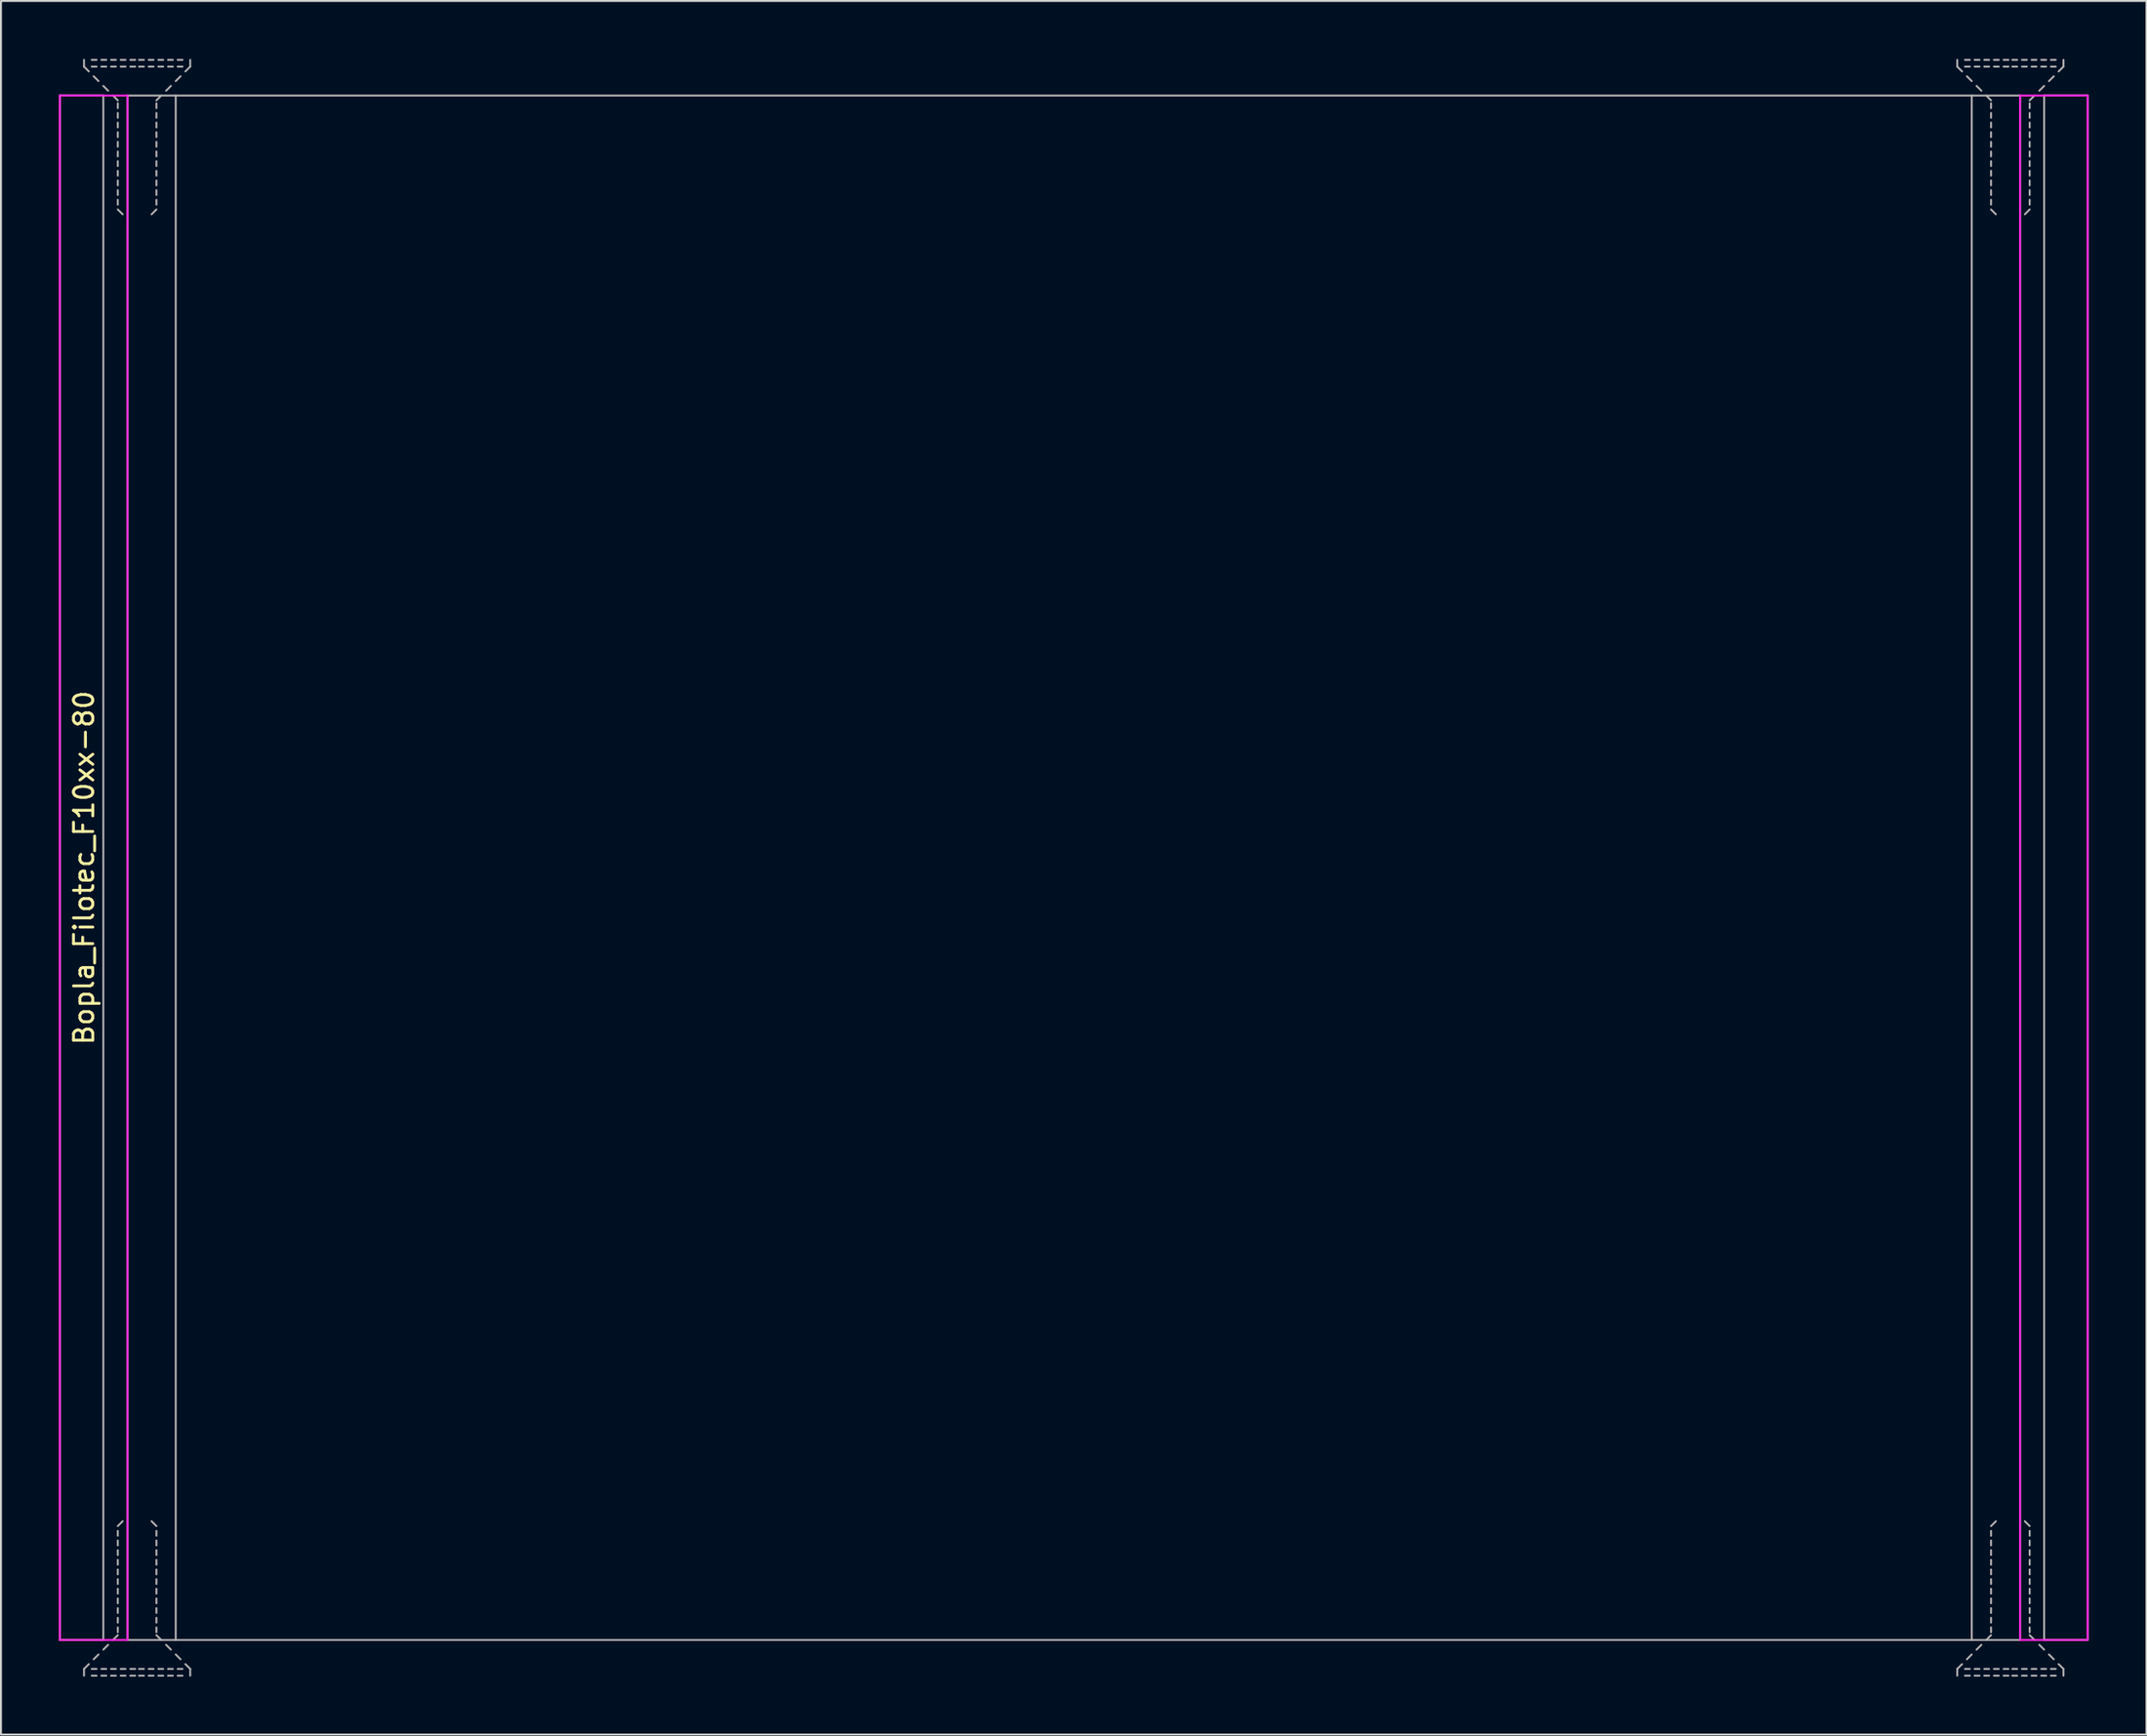
<source format=kicad_pcb>
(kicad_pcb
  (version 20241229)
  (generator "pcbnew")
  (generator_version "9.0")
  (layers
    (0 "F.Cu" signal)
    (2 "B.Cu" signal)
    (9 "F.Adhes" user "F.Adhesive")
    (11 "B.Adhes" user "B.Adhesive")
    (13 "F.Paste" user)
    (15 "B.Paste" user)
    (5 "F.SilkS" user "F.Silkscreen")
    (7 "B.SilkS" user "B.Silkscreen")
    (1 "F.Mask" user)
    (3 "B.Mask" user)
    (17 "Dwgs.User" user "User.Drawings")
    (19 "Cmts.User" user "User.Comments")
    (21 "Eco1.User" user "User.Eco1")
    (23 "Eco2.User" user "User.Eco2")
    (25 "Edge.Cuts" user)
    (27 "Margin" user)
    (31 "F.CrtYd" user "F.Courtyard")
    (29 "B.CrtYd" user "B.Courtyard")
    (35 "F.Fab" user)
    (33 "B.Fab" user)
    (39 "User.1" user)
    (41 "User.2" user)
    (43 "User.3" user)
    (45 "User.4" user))
  (footprint "Bopla_Filotec_F10xx-80"
    (layer "F.Cu")
    (at 52.55 41.9)
    (property "Reference" "Bopla_Filotec_F10xx-80" (at -51.25 0 90) (layer "F.SilkS") (effects (font (size 1 1) (thickness 0.15))))
    (attr exclude_from_pos_files exclude_from_bom)
    (fp_line (start -52.5 -40) (end -52.5 40) (stroke (width 0.1) (type solid)) (layer "F.CrtYd"))
    (fp_line (start -52.5 40) (end -49 40) (stroke (width 0.1) (type solid)) (layer "F.CrtYd"))
    (fp_line (start -49 -40) (end -52.5 -40) (stroke (width 0.1) (type solid)) (layer "F.CrtYd"))
    (fp_line (start -49 40) (end -49 -40) (stroke (width 0.1) (type solid)) (layer "F.CrtYd"))
    (fp_line (start 49 -40) (end 52.5 -40) (stroke (width 0.1) (type solid)) (layer "F.CrtYd"))
    (fp_line (start 49 40) (end 49 -40) (stroke (width 0.1) (type solid)) (layer "F.CrtYd"))
    (fp_line (start 52.5 -40) (end 52.5 40) (stroke (width 0.1) (type solid)) (layer "F.CrtYd"))
    (fp_line (start 52.5 40) (end 49 40) (stroke (width 0.1) (type solid)) (layer "F.CrtYd"))
    (fp_line (start -52.5 -40) (end -52.5 40) (stroke (width 0.1) (type solid)) (layer "F.Fab"))
    (fp_line (start -52.5 -40) (end -50.25 -40) (stroke (width 0.1) (type solid)) (layer "F.Fab"))
    (fp_line (start -52.5 40) (end -50.25 40) (stroke (width 0.1) (type solid)) (layer "F.Fab"))
    (fp_line (start -51.25 -41.5) (end -51.25 -41.85) (stroke (width 0.1) (type solid)) (layer "F.Fab"))
    (fp_line (start -51.25 -41.5) (end -51 -41.25) (stroke (width 0.1) (type solid)) (layer "F.Fab"))
    (fp_line (start -51.25 41.5) (end -51.25 41.85) (stroke (width 0.1) (type solid)) (layer "F.Fab"))
    (fp_line (start -51.25 41.5) (end -51 41.25) (stroke (width 0.1) (type solid)) (layer "F.Fab"))
    (fp_line (start -50.75 -41) (end -50.5 -40.75) (stroke (width 0.1) (type solid)) (layer "F.Fab"))
    (fp_line (start -50.75 41) (end -50.5 40.75) (stroke (width 0.1) (type solid)) (layer "F.Fab"))
    (fp_line (start -50.6 -41.85) (end -50.85 -41.85) (stroke (width 0.1) (type solid)) (layer "F.Fab"))
    (fp_line (start -50.6 -41.5) (end -50.85 -41.5) (stroke (width 0.1) (type solid)) (layer "F.Fab"))
    (fp_line (start -50.6 41.5) (end -50.85 41.5) (stroke (width 0.1) (type solid)) (layer "F.Fab"))
    (fp_line (start -50.6 41.85) (end -50.85 41.85) (stroke (width 0.1) (type solid)) (layer "F.Fab"))
    (fp_line (start -50.25 -40.5) (end -50 -40.25) (stroke (width 0.1) (type solid)) (layer "F.Fab"))
    (fp_line (start -50.25 -40) (end -50.25 40) (stroke (width 0.1) (type solid)) (layer "F.Fab"))
    (fp_line (start -50.25 40.5) (end -50 40.25) (stroke (width 0.1) (type solid)) (layer "F.Fab"))
    (fp_line (start -50.1 -41.85) (end -50.35 -41.85) (stroke (width 0.1) (type solid)) (layer "F.Fab"))
    (fp_line (start -50.1 -41.5) (end -50.35 -41.5) (stroke (width 0.1) (type solid)) (layer "F.Fab"))
    (fp_line (start -50.1 41.5) (end -50.35 41.5) (stroke (width 0.1) (type solid)) (layer "F.Fab"))
    (fp_line (start -50.1 41.85) (end -50.35 41.85) (stroke (width 0.1) (type solid)) (layer "F.Fab"))
    (fp_line (start -49.75 -40) (end -49.5 -39.75) (stroke (width 0.1) (type solid)) (layer "F.Fab"))
    (fp_line (start -49.75 40) (end -49.5 39.75) (stroke (width 0.1) (type solid)) (layer "F.Fab"))
    (fp_line (start -49.6 -41.85) (end -49.85 -41.85) (stroke (width 0.1) (type solid)) (layer "F.Fab"))
    (fp_line (start -49.6 -41.5) (end -49.85 -41.5) (stroke (width 0.1) (type solid)) (layer "F.Fab"))
    (fp_line (start -49.6 41.5) (end -49.85 41.5) (stroke (width 0.1) (type solid)) (layer "F.Fab"))
    (fp_line (start -49.6 41.85) (end -49.85 41.85) (stroke (width 0.1) (type solid)) (layer "F.Fab"))
    (fp_line (start -49.5 -39.6) (end -49.5 -39.35) (stroke (width 0.1) (type solid)) (layer "F.Fab"))
    (fp_line (start -49.5 -39.1) (end -49.5 -38.85) (stroke (width 0.1) (type solid)) (layer "F.Fab"))
    (fp_line (start -49.5 -38.6) (end -49.5 -38.35) (stroke (width 0.1) (type solid)) (layer "F.Fab"))
    (fp_line (start -49.5 -38.1) (end -49.5 -37.85) (stroke (width 0.1) (type solid)) (layer "F.Fab"))
    (fp_line (start -49.5 -37.6) (end -49.5 -37.35) (stroke (width 0.1) (type solid)) (layer "F.Fab"))
    (fp_line (start -49.5 -37.1) (end -49.5 -36.85) (stroke (width 0.1) (type solid)) (layer "F.Fab"))
    (fp_line (start -49.5 -36.6) (end -49.5 -36.35) (stroke (width 0.1) (type solid)) (layer "F.Fab"))
    (fp_line (start -49.5 -36.1) (end -49.5 -35.85) (stroke (width 0.1) (type solid)) (layer "F.Fab"))
    (fp_line (start -49.5 -35.6) (end -49.5 -35.35) (stroke (width 0.1) (type solid)) (layer "F.Fab"))
    (fp_line (start -49.5 -35.1) (end -49.5 -34.85) (stroke (width 0.1) (type solid)) (layer "F.Fab"))
    (fp_line (start -49.5 -34.6) (end -49.5 -34.35) (stroke (width 0.1) (type solid)) (layer "F.Fab"))
    (fp_line (start -49.5 -34.1) (end -49.25 -33.85) (stroke (width 0.1) (type solid)) (layer "F.Fab"))
    (fp_line (start -49.5 34.1) (end -49.25 33.85) (stroke (width 0.1) (type solid)) (layer "F.Fab"))
    (fp_line (start -49.5 34.6) (end -49.5 34.35) (stroke (width 0.1) (type solid)) (layer "F.Fab"))
    (fp_line (start -49.5 35.1) (end -49.5 34.85) (stroke (width 0.1) (type solid)) (layer "F.Fab"))
    (fp_line (start -49.5 35.6) (end -49.5 35.35) (stroke (width 0.1) (type solid)) (layer "F.Fab"))
    (fp_line (start -49.5 36.1) (end -49.5 35.85) (stroke (width 0.1) (type solid)) (layer "F.Fab"))
    (fp_line (start -49.5 36.6) (end -49.5 36.35) (stroke (width 0.1) (type solid)) (layer "F.Fab"))
    (fp_line (start -49.5 37.1) (end -49.5 36.85) (stroke (width 0.1) (type solid)) (layer "F.Fab"))
    (fp_line (start -49.5 37.6) (end -49.5 37.35) (stroke (width 0.1) (type solid)) (layer "F.Fab"))
    (fp_line (start -49.5 38.1) (end -49.5 37.85) (stroke (width 0.1) (type solid)) (layer "F.Fab"))
    (fp_line (start -49.5 38.6) (end -49.5 38.35) (stroke (width 0.1) (type solid)) (layer "F.Fab"))
    (fp_line (start -49.5 39.1) (end -49.5 38.85) (stroke (width 0.1) (type solid)) (layer "F.Fab"))
    (fp_line (start -49.5 39.6) (end -49.5 39.35) (stroke (width 0.1) (type solid)) (layer "F.Fab"))
    (fp_line (start -49.1 -41.85) (end -49.35 -41.85) (stroke (width 0.1) (type solid)) (layer "F.Fab"))
    (fp_line (start -49.1 -41.5) (end -49.35 -41.5) (stroke (width 0.1) (type solid)) (layer "F.Fab"))
    (fp_line (start -49.1 41.5) (end -49.35 41.5) (stroke (width 0.1) (type solid)) (layer "F.Fab"))
    (fp_line (start -49.1 41.85) (end -49.35 41.85) (stroke (width 0.1) (type solid)) (layer "F.Fab"))
    (fp_line (start -49 -40) (end -46.5 -40) (stroke (width 0.1) (type solid)) (layer "F.Fab"))
    (fp_line (start -49 40) (end -49 -40) (stroke (width 0.1) (type solid)) (layer "F.Fab"))
    (fp_line (start -49 40) (end -46.5 40) (stroke (width 0.1) (type solid)) (layer "F.Fab"))
    (fp_line (start -48.6 -41.85) (end -48.85 -41.85) (stroke (width 0.1) (type solid)) (layer "F.Fab"))
    (fp_line (start -48.6 -41.5) (end -48.85 -41.5) (stroke (width 0.1) (type solid)) (layer "F.Fab"))
    (fp_line (start -48.6 41.5) (end -48.85 41.5) (stroke (width 0.1) (type solid)) (layer "F.Fab"))
    (fp_line (start -48.6 41.85) (end -48.85 41.85) (stroke (width 0.1) (type solid)) (layer "F.Fab"))
    (fp_line (start -48.15 -41.85) (end -48.4 -41.85) (stroke (width 0.1) (type solid)) (layer "F.Fab"))
    (fp_line (start -48.15 -41.5) (end -48.4 -41.5) (stroke (width 0.1) (type solid)) (layer "F.Fab"))
    (fp_line (start -48.15 41.5) (end -48.4 41.5) (stroke (width 0.1) (type solid)) (layer "F.Fab"))
    (fp_line (start -48.15 41.85) (end -48.4 41.85) (stroke (width 0.1) (type solid)) (layer "F.Fab"))
    (fp_line (start -47.65 -41.85) (end -47.9 -41.85) (stroke (width 0.1) (type solid)) (layer "F.Fab"))
    (fp_line (start -47.65 -41.5) (end -47.9 -41.5) (stroke (width 0.1) (type solid)) (layer "F.Fab"))
    (fp_line (start -47.65 41.5) (end -47.9 41.5) (stroke (width 0.1) (type solid)) (layer "F.Fab"))
    (fp_line (start -47.65 41.85) (end -47.9 41.85) (stroke (width 0.1) (type solid)) (layer "F.Fab"))
    (fp_line (start -47.5 -39.6) (end -47.5 -39.35) (stroke (width 0.1) (type solid)) (layer "F.Fab"))
    (fp_line (start -47.5 -39.1) (end -47.5 -38.85) (stroke (width 0.1) (type solid)) (layer "F.Fab"))
    (fp_line (start -47.5 -38.6) (end -47.5 -38.35) (stroke (width 0.1) (type solid)) (layer "F.Fab"))
    (fp_line (start -47.5 -38.1) (end -47.5 -37.85) (stroke (width 0.1) (type solid)) (layer "F.Fab"))
    (fp_line (start -47.5 -37.6) (end -47.5 -37.35) (stroke (width 0.1) (type solid)) (layer "F.Fab"))
    (fp_line (start -47.5 -37.1) (end -47.5 -36.85) (stroke (width 0.1) (type solid)) (layer "F.Fab"))
    (fp_line (start -47.5 -36.6) (end -47.5 -36.35) (stroke (width 0.1) (type solid)) (layer "F.Fab"))
    (fp_line (start -47.5 -36.1) (end -47.5 -35.85) (stroke (width 0.1) (type solid)) (layer "F.Fab"))
    (fp_line (start -47.5 -35.6) (end -47.5 -35.35) (stroke (width 0.1) (type solid)) (layer "F.Fab"))
    (fp_line (start -47.5 -35.1) (end -47.5 -34.85) (stroke (width 0.1) (type solid)) (layer "F.Fab"))
    (fp_line (start -47.5 -34.6) (end -47.5 -34.35) (stroke (width 0.1) (type solid)) (layer "F.Fab"))
    (fp_line (start -47.5 -34.1) (end -47.75 -33.85) (stroke (width 0.1) (type solid)) (layer "F.Fab"))
    (fp_line (start -47.5 34.1) (end -47.75 33.85) (stroke (width 0.1) (type solid)) (layer "F.Fab"))
    (fp_line (start -47.5 34.6) (end -47.5 34.35) (stroke (width 0.1) (type solid)) (layer "F.Fab"))
    (fp_line (start -47.5 35.1) (end -47.5 34.85) (stroke (width 0.1) (type solid)) (layer "F.Fab"))
    (fp_line (start -47.5 35.6) (end -47.5 35.35) (stroke (width 0.1) (type solid)) (layer "F.Fab"))
    (fp_line (start -47.5 36.1) (end -47.5 35.85) (stroke (width 0.1) (type solid)) (layer "F.Fab"))
    (fp_line (start -47.5 36.6) (end -47.5 36.35) (stroke (width 0.1) (type solid)) (layer "F.Fab"))
    (fp_line (start -47.5 37.1) (end -47.5 36.85) (stroke (width 0.1) (type solid)) (layer "F.Fab"))
    (fp_line (start -47.5 37.6) (end -47.5 37.35) (stroke (width 0.1) (type solid)) (layer "F.Fab"))
    (fp_line (start -47.5 38.1) (end -47.5 37.85) (stroke (width 0.1) (type solid)) (layer "F.Fab"))
    (fp_line (start -47.5 38.6) (end -47.5 38.35) (stroke (width 0.1) (type solid)) (layer "F.Fab"))
    (fp_line (start -47.5 39.1) (end -47.5 38.85) (stroke (width 0.1) (type solid)) (layer "F.Fab"))
    (fp_line (start -47.5 39.6) (end -47.5 39.35) (stroke (width 0.1) (type solid)) (layer "F.Fab"))
    (fp_line (start -47.25 -40) (end -47.5 -39.75) (stroke (width 0.1) (type solid)) (layer "F.Fab"))
    (fp_line (start -47.25 40) (end -47.5 39.75) (stroke (width 0.1) (type solid)) (layer "F.Fab"))
    (fp_line (start -47.15 -41.85) (end -47.4 -41.85) (stroke (width 0.1) (type solid)) (layer "F.Fab"))
    (fp_line (start -47.15 -41.5) (end -47.4 -41.5) (stroke (width 0.1) (type solid)) (layer "F.Fab"))
    (fp_line (start -47.15 41.5) (end -47.4 41.5) (stroke (width 0.1) (type solid)) (layer "F.Fab"))
    (fp_line (start -47.15 41.85) (end -47.4 41.85) (stroke (width 0.1) (type solid)) (layer "F.Fab"))
    (fp_line (start -46.75 -40.5) (end -47 -40.25) (stroke (width 0.1) (type solid)) (layer "F.Fab"))
    (fp_line (start -46.75 40.5) (end -47 40.25) (stroke (width 0.1) (type solid)) (layer "F.Fab"))
    (fp_line (start -46.65 -41.85) (end -46.9 -41.85) (stroke (width 0.1) (type solid)) (layer "F.Fab"))
    (fp_line (start -46.65 -41.5) (end -46.9 -41.5) (stroke (width 0.1) (type solid)) (layer "F.Fab"))
    (fp_line (start -46.65 41.5) (end -46.9 41.5) (stroke (width 0.1) (type solid)) (layer "F.Fab"))
    (fp_line (start -46.65 41.85) (end -46.9 41.85) (stroke (width 0.1) (type solid)) (layer "F.Fab"))
    (fp_line (start -46.5 40) (end -46.5 -40) (stroke (width 0.1) (type solid)) (layer "F.Fab"))
    (fp_line (start -46.5 40) (end 46.5 40) (stroke (width 0.1) (type solid)) (layer "F.Fab"))
    (fp_line (start -46.25 -41) (end -46.5 -40.75) (stroke (width 0.1) (type solid)) (layer "F.Fab"))
    (fp_line (start -46.25 41) (end -46.5 40.75) (stroke (width 0.1) (type solid)) (layer "F.Fab"))
    (fp_line (start -46.15 -41.85) (end -46.4 -41.85) (stroke (width 0.1) (type solid)) (layer "F.Fab"))
    (fp_line (start -46.15 -41.5) (end -46.4 -41.5) (stroke (width 0.1) (type solid)) (layer "F.Fab"))
    (fp_line (start -46.15 41.5) (end -46.4 41.5) (stroke (width 0.1) (type solid)) (layer "F.Fab"))
    (fp_line (start -46.15 41.85) (end -46.4 41.85) (stroke (width 0.1) (type solid)) (layer "F.Fab"))
    (fp_line (start -45.75 -41.5) (end -46 -41.25) (stroke (width 0.1) (type solid)) (layer "F.Fab"))
    (fp_line (start -45.75 -41.5) (end -45.75 -41.85) (stroke (width 0.1) (type solid)) (layer "F.Fab"))
    (fp_line (start -45.75 41.5) (end -46 41.25) (stroke (width 0.1) (type solid)) (layer "F.Fab"))
    (fp_line (start -45.75 41.5) (end -45.75 41.85) (stroke (width 0.1) (type solid)) (layer "F.Fab"))
    (fp_line (start 45.75 -41.5) (end 45.75 -41.85) (stroke (width 0.1) (type solid)) (layer "F.Fab"))
    (fp_line (start 45.75 -41.5) (end 46 -41.25) (stroke (width 0.1) (type solid)) (layer "F.Fab"))
    (fp_line (start 45.75 41.5) (end 45.75 41.85) (stroke (width 0.1) (type solid)) (layer "F.Fab"))
    (fp_line (start 45.75 41.5) (end 46 41.25) (stroke (width 0.1) (type solid)) (layer "F.Fab"))
    (fp_line (start 46.25 -41) (end 46.5 -40.75) (stroke (width 0.1) (type solid)) (layer "F.Fab"))
    (fp_line (start 46.25 41) (end 46.5 40.75) (stroke (width 0.1) (type solid)) (layer "F.Fab"))
    (fp_line (start 46.4 -41.85) (end 46.15 -41.85) (stroke (width 0.1) (type solid)) (layer "F.Fab"))
    (fp_line (start 46.4 -41.5) (end 46.15 -41.5) (stroke (width 0.1) (type solid)) (layer "F.Fab"))
    (fp_line (start 46.4 41.5) (end 46.15 41.5) (stroke (width 0.1) (type solid)) (layer "F.Fab"))
    (fp_line (start 46.4 41.85) (end 46.15 41.85) (stroke (width 0.1) (type solid)) (layer "F.Fab"))
    (fp_line (start 46.5 -40) (end -46.5 -40) (stroke (width 0.1) (type solid)) (layer "F.Fab"))
    (fp_line (start 46.5 -40) (end 46.5 40) (stroke (width 0.1) (type solid)) (layer "F.Fab"))
    (fp_line (start 46.75 -40.5) (end 47 -40.25) (stroke (width 0.1) (type solid)) (layer "F.Fab"))
    (fp_line (start 46.75 40.5) (end 47 40.25) (stroke (width 0.1) (type solid)) (layer "F.Fab"))
    (fp_line (start 46.9 -41.85) (end 46.65 -41.85) (stroke (width 0.1) (type solid)) (layer "F.Fab"))
    (fp_line (start 46.9 -41.5) (end 46.65 -41.5) (stroke (width 0.1) (type solid)) (layer "F.Fab"))
    (fp_line (start 46.9 41.5) (end 46.65 41.5) (stroke (width 0.1) (type solid)) (layer "F.Fab"))
    (fp_line (start 46.9 41.85) (end 46.65 41.85) (stroke (width 0.1) (type solid)) (layer "F.Fab"))
    (fp_line (start 47.25 -40) (end 47.5 -39.75) (stroke (width 0.1) (type solid)) (layer "F.Fab"))
    (fp_line (start 47.25 40) (end 47.5 39.75) (stroke (width 0.1) (type solid)) (layer "F.Fab"))
    (fp_line (start 47.4 -41.85) (end 47.15 -41.85) (stroke (width 0.1) (type solid)) (layer "F.Fab"))
    (fp_line (start 47.4 -41.5) (end 47.15 -41.5) (stroke (width 0.1) (type solid)) (layer "F.Fab"))
    (fp_line (start 47.4 41.5) (end 47.15 41.5) (stroke (width 0.1) (type solid)) (layer "F.Fab"))
    (fp_line (start 47.4 41.85) (end 47.15 41.85) (stroke (width 0.1) (type solid)) (layer "F.Fab"))
    (fp_line (start 47.5 -39.6) (end 47.5 -39.35) (stroke (width 0.1) (type solid)) (layer "F.Fab"))
    (fp_line (start 47.5 -39.1) (end 47.5 -38.85) (stroke (width 0.1) (type solid)) (layer "F.Fab"))
    (fp_line (start 47.5 -38.6) (end 47.5 -38.35) (stroke (width 0.1) (type solid)) (layer "F.Fab"))
    (fp_line (start 47.5 -38.1) (end 47.5 -37.85) (stroke (width 0.1) (type solid)) (layer "F.Fab"))
    (fp_line (start 47.5 -37.6) (end 47.5 -37.35) (stroke (width 0.1) (type solid)) (layer "F.Fab"))
    (fp_line (start 47.5 -37.1) (end 47.5 -36.85) (stroke (width 0.1) (type solid)) (layer "F.Fab"))
    (fp_line (start 47.5 -36.6) (end 47.5 -36.35) (stroke (width 0.1) (type solid)) (layer "F.Fab"))
    (fp_line (start 47.5 -36.1) (end 47.5 -35.85) (stroke (width 0.1) (type solid)) (layer "F.Fab"))
    (fp_line (start 47.5 -35.6) (end 47.5 -35.35) (stroke (width 0.1) (type solid)) (layer "F.Fab"))
    (fp_line (start 47.5 -35.1) (end 47.5 -34.85) (stroke (width 0.1) (type solid)) (layer "F.Fab"))
    (fp_line (start 47.5 -34.6) (end 47.5 -34.35) (stroke (width 0.1) (type solid)) (layer "F.Fab"))
    (fp_line (start 47.5 -34.1) (end 47.75 -33.85) (stroke (width 0.1) (type solid)) (layer "F.Fab"))
    (fp_line (start 47.5 34.1) (end 47.75 33.85) (stroke (width 0.1) (type solid)) (layer "F.Fab"))
    (fp_line (start 47.5 34.6) (end 47.5 34.35) (stroke (width 0.1) (type solid)) (layer "F.Fab"))
    (fp_line (start 47.5 35.1) (end 47.5 34.85) (stroke (width 0.1) (type solid)) (layer "F.Fab"))
    (fp_line (start 47.5 35.6) (end 47.5 35.35) (stroke (width 0.1) (type solid)) (layer "F.Fab"))
    (fp_line (start 47.5 36.1) (end 47.5 35.85) (stroke (width 0.1) (type solid)) (layer "F.Fab"))
    (fp_line (start 47.5 36.6) (end 47.5 36.35) (stroke (width 0.1) (type solid)) (layer "F.Fab"))
    (fp_line (start 47.5 37.1) (end 47.5 36.85) (stroke (width 0.1) (type solid)) (layer "F.Fab"))
    (fp_line (start 47.5 37.6) (end 47.5 37.35) (stroke (width 0.1) (type solid)) (layer "F.Fab"))
    (fp_line (start 47.5 38.1) (end 47.5 37.85) (stroke (width 0.1) (type solid)) (layer "F.Fab"))
    (fp_line (start 47.5 38.6) (end 47.5 38.35) (stroke (width 0.1) (type solid)) (layer "F.Fab"))
    (fp_line (start 47.5 39.1) (end 47.5 38.85) (stroke (width 0.1) (type solid)) (layer "F.Fab"))
    (fp_line (start 47.5 39.6) (end 47.5 39.35) (stroke (width 0.1) (type solid)) (layer "F.Fab"))
    (fp_line (start 47.9 -41.85) (end 47.65 -41.85) (stroke (width 0.1) (type solid)) (layer "F.Fab"))
    (fp_line (start 47.9 -41.5) (end 47.65 -41.5) (stroke (width 0.1) (type solid)) (layer "F.Fab"))
    (fp_line (start 47.9 41.5) (end 47.65 41.5) (stroke (width 0.1) (type solid)) (layer "F.Fab"))
    (fp_line (start 47.9 41.85) (end 47.65 41.85) (stroke (width 0.1) (type solid)) (layer "F.Fab"))
    (fp_line (start 48.4 -41.85) (end 48.15 -41.85) (stroke (width 0.1) (type solid)) (layer "F.Fab"))
    (fp_line (start 48.4 -41.5) (end 48.15 -41.5) (stroke (width 0.1) (type solid)) (layer "F.Fab"))
    (fp_line (start 48.4 41.5) (end 48.15 41.5) (stroke (width 0.1) (type solid)) (layer "F.Fab"))
    (fp_line (start 48.4 41.85) (end 48.15 41.85) (stroke (width 0.1) (type solid)) (layer "F.Fab"))
    (fp_line (start 48.85 -41.85) (end 48.6 -41.85) (stroke (width 0.1) (type solid)) (layer "F.Fab"))
    (fp_line (start 48.85 -41.5) (end 48.6 -41.5) (stroke (width 0.1) (type solid)) (layer "F.Fab"))
    (fp_line (start 48.85 41.5) (end 48.6 41.5) (stroke (width 0.1) (type solid)) (layer "F.Fab"))
    (fp_line (start 48.85 41.85) (end 48.6 41.85) (stroke (width 0.1) (type solid)) (layer "F.Fab"))
    (fp_line (start 49 -40) (end 46.5 -40) (stroke (width 0.1) (type solid)) (layer "F.Fab"))
    (fp_line (start 49 -40) (end 49 40) (stroke (width 0.1) (type solid)) (layer "F.Fab"))
    (fp_line (start 49 40) (end 46.5 40) (stroke (width 0.1) (type solid)) (layer "F.Fab"))
    (fp_line (start 49.35 -41.85) (end 49.1 -41.85) (stroke (width 0.1) (type solid)) (layer "F.Fab"))
    (fp_line (start 49.35 -41.5) (end 49.1 -41.5) (stroke (width 0.1) (type solid)) (layer "F.Fab"))
    (fp_line (start 49.35 41.5) (end 49.1 41.5) (stroke (width 0.1) (type solid)) (layer "F.Fab"))
    (fp_line (start 49.35 41.85) (end 49.1 41.85) (stroke (width 0.1) (type solid)) (layer "F.Fab"))
    (fp_line (start 49.5 -39.6) (end 49.5 -39.35) (stroke (width 0.1) (type solid)) (layer "F.Fab"))
    (fp_line (start 49.5 -39.1) (end 49.5 -38.85) (stroke (width 0.1) (type solid)) (layer "F.Fab"))
    (fp_line (start 49.5 -38.6) (end 49.5 -38.35) (stroke (width 0.1) (type solid)) (layer "F.Fab"))
    (fp_line (start 49.5 -38.1) (end 49.5 -37.85) (stroke (width 0.1) (type solid)) (layer "F.Fab"))
    (fp_line (start 49.5 -37.6) (end 49.5 -37.35) (stroke (width 0.1) (type solid)) (layer "F.Fab"))
    (fp_line (start 49.5 -37.1) (end 49.5 -36.85) (stroke (width 0.1) (type solid)) (layer "F.Fab"))
    (fp_line (start 49.5 -36.6) (end 49.5 -36.35) (stroke (width 0.1) (type solid)) (layer "F.Fab"))
    (fp_line (start 49.5 -36.1) (end 49.5 -35.85) (stroke (width 0.1) (type solid)) (layer "F.Fab"))
    (fp_line (start 49.5 -35.6) (end 49.5 -35.35) (stroke (width 0.1) (type solid)) (layer "F.Fab"))
    (fp_line (start 49.5 -35.1) (end 49.5 -34.85) (stroke (width 0.1) (type solid)) (layer "F.Fab"))
    (fp_line (start 49.5 -34.6) (end 49.5 -34.35) (stroke (width 0.1) (type solid)) (layer "F.Fab"))
    (fp_line (start 49.5 -34.1) (end 49.25 -33.85) (stroke (width 0.1) (type solid)) (layer "F.Fab"))
    (fp_line (start 49.5 34.1) (end 49.25 33.85) (stroke (width 0.1) (type solid)) (layer "F.Fab"))
    (fp_line (start 49.5 34.6) (end 49.5 34.35) (stroke (width 0.1) (type solid)) (layer "F.Fab"))
    (fp_line (start 49.5 35.1) (end 49.5 34.85) (stroke (width 0.1) (type solid)) (layer "F.Fab"))
    (fp_line (start 49.5 35.6) (end 49.5 35.35) (stroke (width 0.1) (type solid)) (layer "F.Fab"))
    (fp_line (start 49.5 36.1) (end 49.5 35.85) (stroke (width 0.1) (type solid)) (layer "F.Fab"))
    (fp_line (start 49.5 36.6) (end 49.5 36.35) (stroke (width 0.1) (type solid)) (layer "F.Fab"))
    (fp_line (start 49.5 37.1) (end 49.5 36.85) (stroke (width 0.1) (type solid)) (layer "F.Fab"))
    (fp_line (start 49.5 37.6) (end 49.5 37.35) (stroke (width 0.1) (type solid)) (layer "F.Fab"))
    (fp_line (start 49.5 38.1) (end 49.5 37.85) (stroke (width 0.1) (type solid)) (layer "F.Fab"))
    (fp_line (start 49.5 38.6) (end 49.5 38.35) (stroke (width 0.1) (type solid)) (layer "F.Fab"))
    (fp_line (start 49.5 39.1) (end 49.5 38.85) (stroke (width 0.1) (type solid)) (layer "F.Fab"))
    (fp_line (start 49.5 39.6) (end 49.5 39.35) (stroke (width 0.1) (type solid)) (layer "F.Fab"))
    (fp_line (start 49.75 -40) (end 49.5 -39.75) (stroke (width 0.1) (type solid)) (layer "F.Fab"))
    (fp_line (start 49.75 40) (end 49.5 39.75) (stroke (width 0.1) (type solid)) (layer "F.Fab"))
    (fp_line (start 49.85 -41.85) (end 49.6 -41.85) (stroke (width 0.1) (type solid)) (layer "F.Fab"))
    (fp_line (start 49.85 -41.5) (end 49.6 -41.5) (stroke (width 0.1) (type solid)) (layer "F.Fab"))
    (fp_line (start 49.85 41.5) (end 49.6 41.5) (stroke (width 0.1) (type solid)) (layer "F.Fab"))
    (fp_line (start 49.85 41.85) (end 49.6 41.85) (stroke (width 0.1) (type solid)) (layer "F.Fab"))
    (fp_line (start 50.25 -40.5) (end 50 -40.25) (stroke (width 0.1) (type solid)) (layer "F.Fab"))
    (fp_line (start 50.25 -40) (end 52.5 -40) (stroke (width 0.1) (type solid)) (layer "F.Fab"))
    (fp_line (start 50.25 40) (end 50.25 -40) (stroke (width 0.1) (type solid)) (layer "F.Fab"))
    (fp_line (start 50.25 40) (end 52.5 40) (stroke (width 0.1) (type solid)) (layer "F.Fab"))
    (fp_line (start 50.25 40.5) (end 50 40.25) (stroke (width 0.1) (type solid)) (layer "F.Fab"))
    (fp_line (start 50.35 -41.85) (end 50.1 -41.85) (stroke (width 0.1) (type solid)) (layer "F.Fab"))
    (fp_line (start 50.35 -41.5) (end 50.1 -41.5) (stroke (width 0.1) (type solid)) (layer "F.Fab"))
    (fp_line (start 50.35 41.5) (end 50.1 41.5) (stroke (width 0.1) (type solid)) (layer "F.Fab"))
    (fp_line (start 50.35 41.85) (end 50.1 41.85) (stroke (width 0.1) (type solid)) (layer "F.Fab"))
    (fp_line (start 50.75 -41) (end 50.5 -40.75) (stroke (width 0.1) (type solid)) (layer "F.Fab"))
    (fp_line (start 50.75 41) (end 50.5 40.75) (stroke (width 0.1) (type solid)) (layer "F.Fab"))
    (fp_line (start 50.85 -41.85) (end 50.6 -41.85) (stroke (width 0.1) (type solid)) (layer "F.Fab"))
    (fp_line (start 50.85 -41.5) (end 50.6 -41.5) (stroke (width 0.1) (type solid)) (layer "F.Fab"))
    (fp_line (start 50.85 41.5) (end 50.6 41.5) (stroke (width 0.1) (type solid)) (layer "F.Fab"))
    (fp_line (start 50.85 41.85) (end 50.6 41.85) (stroke (width 0.1) (type solid)) (layer "F.Fab"))
    (fp_line (start 51.25 -41.5) (end 51 -41.25) (stroke (width 0.1) (type solid)) (layer "F.Fab"))
    (fp_line (start 51.25 -41.5) (end 51.25 -41.85) (stroke (width 0.1) (type solid)) (layer "F.Fab"))
    (fp_line (start 51.25 41.5) (end 51 41.25) (stroke (width 0.1) (type solid)) (layer "F.Fab"))
    (fp_line (start 51.25 41.5) (end 51.25 41.85) (stroke (width 0.1) (type solid)) (layer "F.Fab"))
    (fp_line (start 52.5 -40) (end 52.5 40) (stroke (width 0.1) (type solid)) (layer "F.Fab")))
  (gr_rect
    (start -3 -3)
    (end 108.1 86.8)
    (stroke (width 0.1) (type default))
    (fill no)
    (layer "Edge.Cuts")))
</source>
